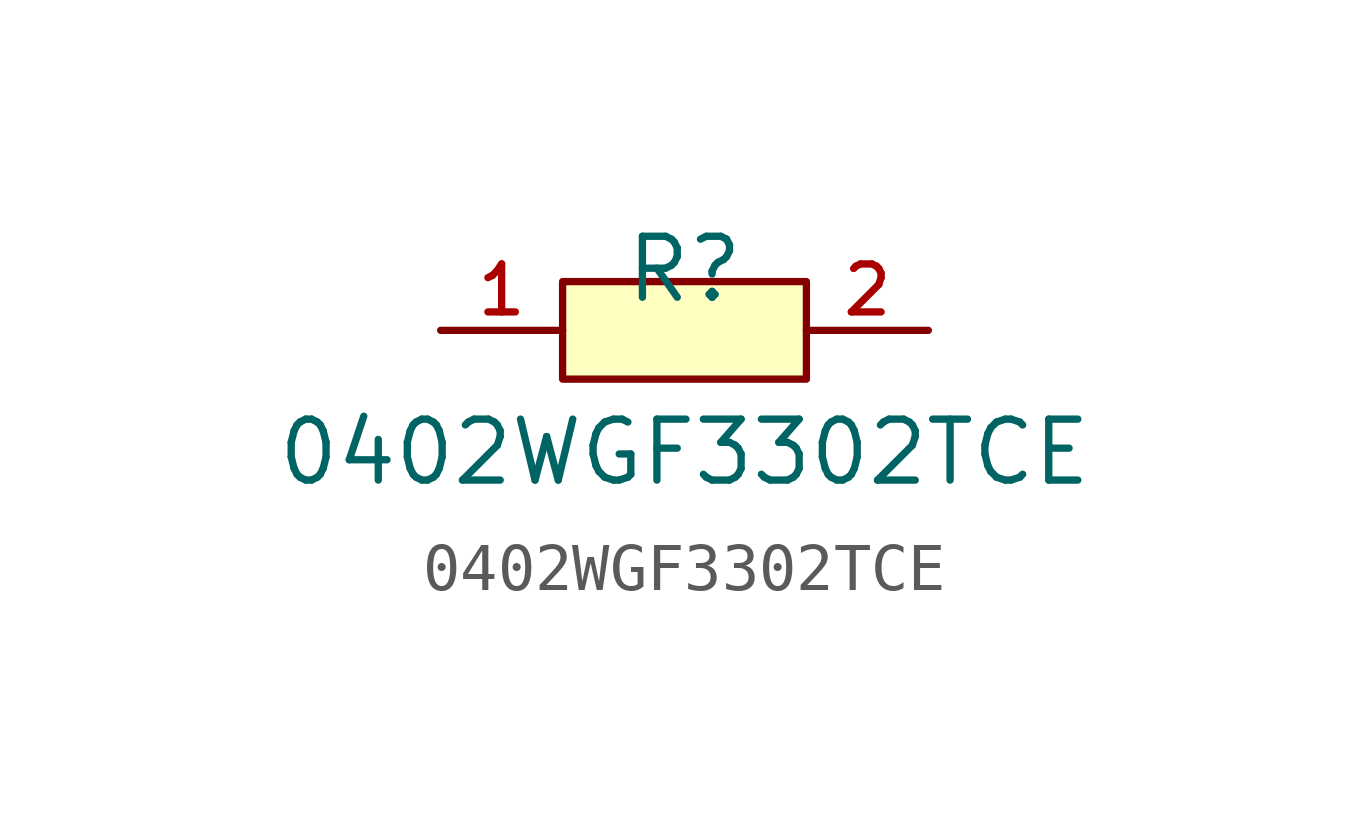
<source format=kicad_sym>
(kicad_symbol_lib
  (version 20210201)
  (generator TousstNicolas/JLC2KiCad_lib)
  (symbol "0402WGF3302TCE"
    (pin_names hide)
    (property "Reference" "R"
      (at 0 1.27 0)
      (effects (font (size 1.27 1.27))))
    (property "Value" "0402WGF3302TCE"
      (at 0 -2.54 0)
      (effects (font (size 1.27 1.27))))
    (symbol "0402WGF3302TCE_0_1"
      (pin input line (at 5.08 -0.0 180) (length 2.54) (name "2" (effects (font (size 1 1)))) (number "2" (effects (font (size 1 1)))))
      (pin input line (at -5.08 -0.0 0) (length 2.54) (name "1" (effects (font (size 1 1)))) (number "1" (effects (font (size 1 1)))))
      (rectangle (start -2.54 1.016) (end 2.54 -1.016) (stroke (width 0) (type default) (color 0 0 0 0)) (fill (type background))))))
</source>
